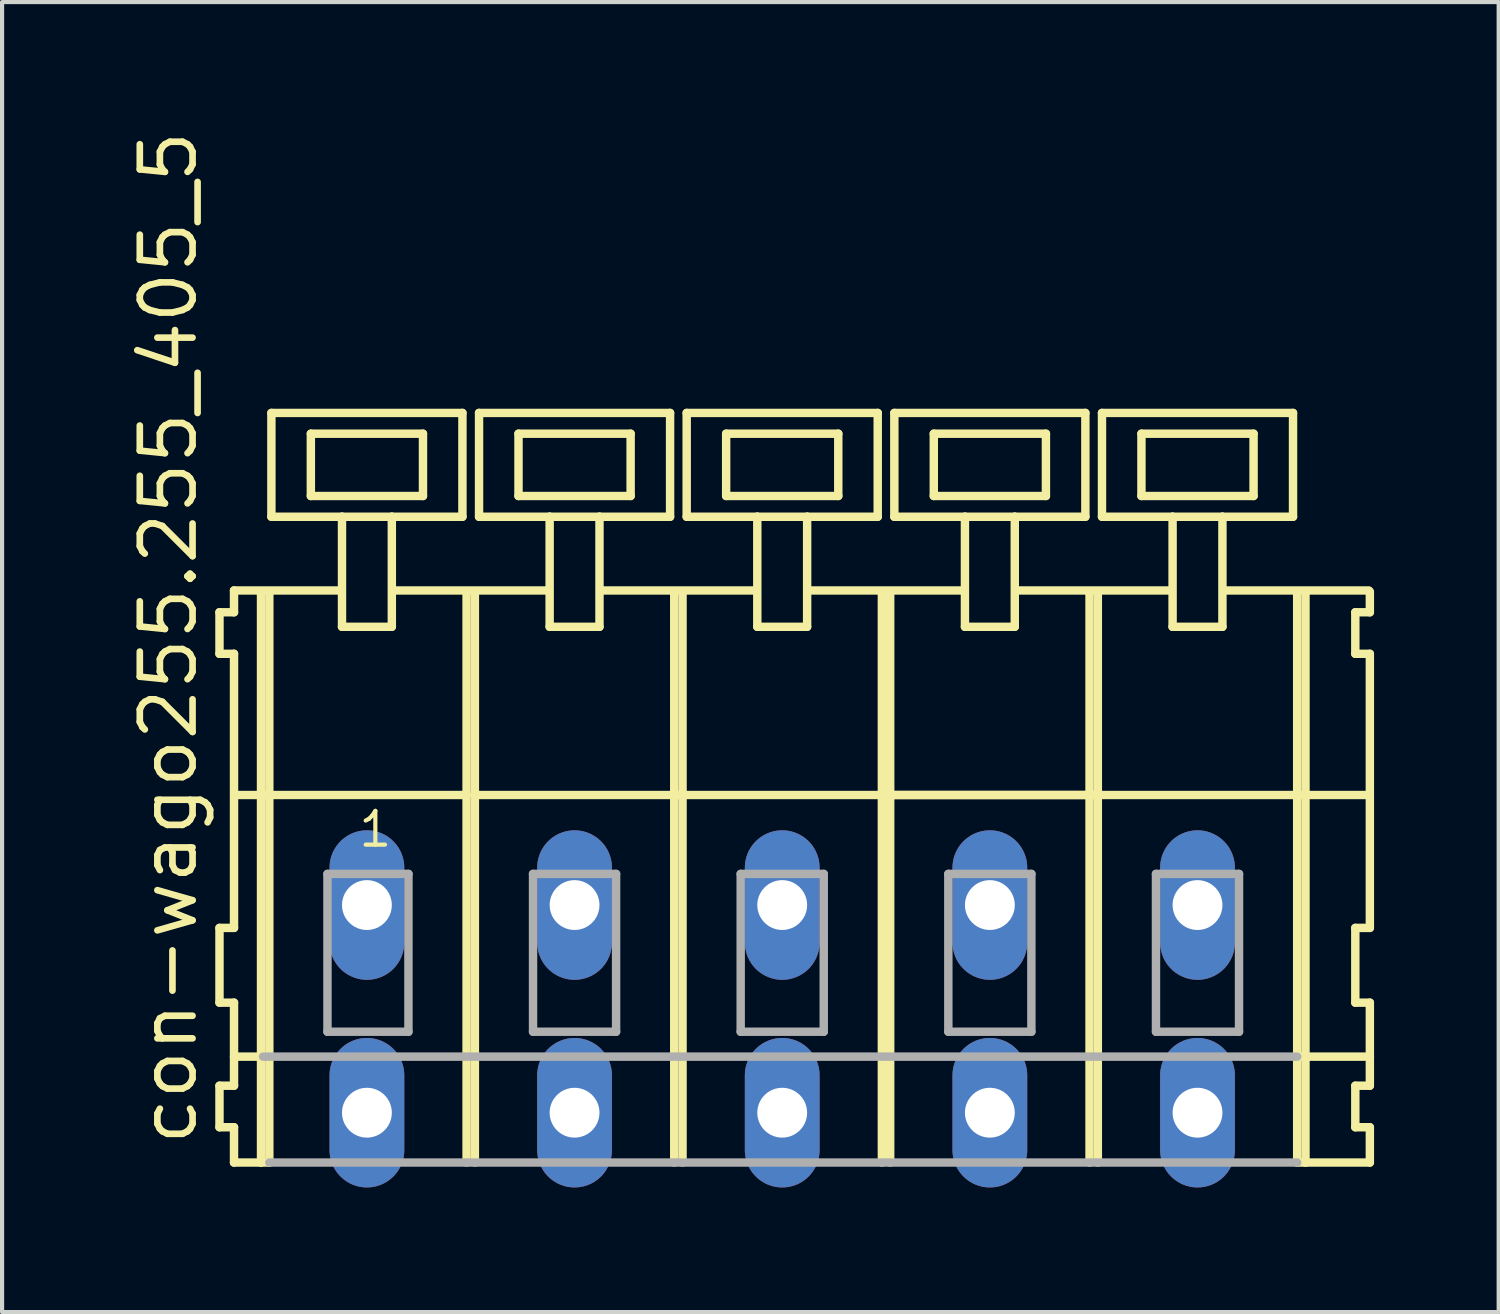
<source format=kicad_pcb>
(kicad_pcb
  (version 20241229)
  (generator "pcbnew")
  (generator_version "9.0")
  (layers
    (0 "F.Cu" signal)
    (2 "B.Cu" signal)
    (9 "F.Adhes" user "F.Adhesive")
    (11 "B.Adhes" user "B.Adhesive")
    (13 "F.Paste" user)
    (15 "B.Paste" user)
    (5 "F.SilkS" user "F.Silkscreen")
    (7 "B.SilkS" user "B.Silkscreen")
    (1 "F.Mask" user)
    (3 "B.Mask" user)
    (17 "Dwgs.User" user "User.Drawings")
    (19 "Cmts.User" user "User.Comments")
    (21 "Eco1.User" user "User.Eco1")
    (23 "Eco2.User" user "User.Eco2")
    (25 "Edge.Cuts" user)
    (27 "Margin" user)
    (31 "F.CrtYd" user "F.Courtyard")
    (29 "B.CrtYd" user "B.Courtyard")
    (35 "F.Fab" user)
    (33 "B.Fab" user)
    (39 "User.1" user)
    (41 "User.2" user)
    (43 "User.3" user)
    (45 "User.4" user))
  (footprint "con-wago255.255_405_5"
    (layer "F.Cu")
    (at 13.285 18.743)
    (property "Reference" "con-wago255.255_405_5" (at -11.535 5.855 90) (layer "F.SilkS") (effects (font (size 1.27 1.27) (thickness 0.16)) (justify left bottom)))
    (attr through_hole)
    (fp_line (start -11.05 -7.05) (end -11.05 -6.05) (stroke (width 0.203) (type default)) (layer "F.SilkS"))
    (fp_line (start -11.05 -6.05) (end -10.7 -6.05) (stroke (width 0.203) (type default)) (layer "F.SilkS"))
    (fp_line (start -11.05 0.55) (end -11.05 2.35) (stroke (width 0.203) (type default)) (layer "F.SilkS"))
    (fp_line (start -11.05 2.35) (end -10.7 2.35) (stroke (width 0.203) (type default)) (layer "F.SilkS"))
    (fp_line (start -11.05 4.35) (end -11.05 5.35) (stroke (width 0.203) (type default)) (layer "F.SilkS"))
    (fp_line (start -11.05 5.35) (end -10.7 5.35) (stroke (width 0.203) (type default)) (layer "F.SilkS"))
    (fp_line (start -10.7 -7.575) (end -10.7 -7.05) (stroke (width 0.203) (type default)) (layer "F.SilkS"))
    (fp_line (start -10.7 -7.575) (end -8.125 -7.575) (stroke (width 0.203) (type default)) (layer "F.SilkS"))
    (fp_line (start -10.7 -7.05) (end -11.05 -7.05) (stroke (width 0.203) (type default)) (layer "F.SilkS"))
    (fp_line (start -10.7 -6.05) (end -10.7 0.55) (stroke (width 0.203) (type default)) (layer "F.SilkS"))
    (fp_line (start -10.7 0.55) (end -11.05 0.55) (stroke (width 0.203) (type default)) (layer "F.SilkS"))
    (fp_line (start -10.7 2.35) (end -10.7 4.35) (stroke (width 0.203) (type default)) (layer "F.SilkS"))
    (fp_line (start -10.7 3.65) (end -10 3.65) (stroke (width 0.203) (type default)) (layer "F.SilkS"))
    (fp_line (start -10.7 4.35) (end -11.05 4.35) (stroke (width 0.203) (type default)) (layer "F.SilkS"))
    (fp_line (start -10.7 5.35) (end -10.7 6.2) (stroke (width 0.203) (type default)) (layer "F.SilkS"))
    (fp_line (start -10.7 6.2) (end -10.05 6.2) (stroke (width 0.203) (type default)) (layer "F.SilkS"))
    (fp_line (start -10.65 -2.65) (end -5.1 -2.65) (stroke (width 0.203) (type default)) (layer "F.SilkS"))
    (fp_line (start -10.05 -7.55) (end -10.05 6.2) (stroke (width 0.203) (type default)) (layer "F.SilkS"))
    (fp_line (start -10.05 6.2) (end -9.85 6.2) (stroke (width 0.203) (type default)) (layer "F.SilkS"))
    (fp_line (start -9.85 -7.55) (end -9.85 6.2) (stroke (width 0.203) (type default)) (layer "F.SilkS"))
    (fp_line (start -9.8 -11.85) (end -9.8 -9.35) (stroke (width 0.203) (type default)) (layer "F.SilkS"))
    (fp_line (start -9.8 -9.35) (end -8.1 -9.35) (stroke (width 0.203) (type default)) (layer "F.SilkS"))
    (fp_line (start -8.85 -11.35) (end -8.85 -9.85) (stroke (width 0.203) (type default)) (layer "F.SilkS"))
    (fp_line (start -8.85 -9.85) (end -6.15 -9.85) (stroke (width 0.203) (type default)) (layer "F.SilkS"))
    (fp_line (start -8.1 -9.35) (end -8.1 -6.7) (stroke (width 0.203) (type default)) (layer "F.SilkS"))
    (fp_line (start -8.1 -9.35) (end -6.9 -9.35) (stroke (width 0.203) (type default)) (layer "F.SilkS"))
    (fp_line (start -8.1 -6.7) (end -6.9 -6.7) (stroke (width 0.203) (type default)) (layer "F.SilkS"))
    (fp_line (start -6.9 -9.35) (end -5.2 -9.35) (stroke (width 0.203) (type default)) (layer "F.SilkS"))
    (fp_line (start -6.9 -6.7) (end -6.9 -9.35) (stroke (width 0.203) (type default)) (layer "F.SilkS"))
    (fp_line (start -6.825 -7.575) (end -3.125 -7.575) (stroke (width 0.203) (type default)) (layer "F.SilkS"))
    (fp_line (start -6.15 -11.35) (end -8.85 -11.35) (stroke (width 0.203) (type default)) (layer "F.SilkS"))
    (fp_line (start -6.15 -9.85) (end -6.15 -11.35) (stroke (width 0.203) (type default)) (layer "F.SilkS"))
    (fp_line (start -5.2 -11.85) (end -9.8 -11.85) (stroke (width 0.203) (type default)) (layer "F.SilkS"))
    (fp_line (start -5.2 -9.35) (end -5.2 -11.85) (stroke (width 0.203) (type default)) (layer "F.SilkS"))
    (fp_line (start -5.1 -7.55) (end -5.1 -2.65) (stroke (width 0.203) (type default)) (layer "F.SilkS"))
    (fp_line (start -5.1 -2.65) (end -5.1 6.2) (stroke (width 0.203) (type default)) (layer "F.SilkS"))
    (fp_line (start -4.9 -7.55) (end -4.9 -2.65) (stroke (width 0.203) (type default)) (layer "F.SilkS"))
    (fp_line (start -4.9 -2.65) (end -4.9 6.2) (stroke (width 0.203) (type default)) (layer "F.SilkS"))
    (fp_line (start -4.9 -2.65) (end -0.1 -2.65) (stroke (width 0.203) (type default)) (layer "F.SilkS"))
    (fp_line (start -4.8 -11.85) (end -4.8 -9.35) (stroke (width 0.203) (type default)) (layer "F.SilkS"))
    (fp_line (start -4.8 -9.35) (end -3.1 -9.35) (stroke (width 0.203) (type default)) (layer "F.SilkS"))
    (fp_line (start -3.85 -11.35) (end -3.85 -9.85) (stroke (width 0.203) (type default)) (layer "F.SilkS"))
    (fp_line (start -3.85 -9.85) (end -1.15 -9.85) (stroke (width 0.203) (type default)) (layer "F.SilkS"))
    (fp_line (start -3.1 -9.35) (end -3.1 -6.7) (stroke (width 0.203) (type default)) (layer "F.SilkS"))
    (fp_line (start -3.1 -9.35) (end -1.9 -9.35) (stroke (width 0.203) (type default)) (layer "F.SilkS"))
    (fp_line (start -3.1 -6.7) (end -1.9 -6.7) (stroke (width 0.203) (type default)) (layer "F.SilkS"))
    (fp_line (start -1.9 -9.35) (end -0.2 -9.35) (stroke (width 0.203) (type default)) (layer "F.SilkS"))
    (fp_line (start -1.9 -6.7) (end -1.9 -9.35) (stroke (width 0.203) (type default)) (layer "F.SilkS"))
    (fp_line (start -1.875 -7.575) (end 1.875 -7.575) (stroke (width 0.203) (type default)) (layer "F.SilkS"))
    (fp_line (start -1.15 -11.35) (end -3.85 -11.35) (stroke (width 0.203) (type default)) (layer "F.SilkS"))
    (fp_line (start -1.15 -9.85) (end -1.15 -11.35) (stroke (width 0.203) (type default)) (layer "F.SilkS"))
    (fp_line (start -0.2 -11.85) (end -4.8 -11.85) (stroke (width 0.203) (type default)) (layer "F.SilkS"))
    (fp_line (start -0.2 -9.35) (end -0.2 -11.85) (stroke (width 0.203) (type default)) (layer "F.SilkS"))
    (fp_line (start -0.1 -7.55) (end -0.1 -2.65) (stroke (width 0.203) (type default)) (layer "F.SilkS"))
    (fp_line (start -0.1 -2.65) (end -0.1 6.2) (stroke (width 0.203) (type default)) (layer "F.SilkS"))
    (fp_line (start -0.1 -2.65) (end 0.1 -2.65) (stroke (width 0.203) (type default)) (layer "F.SilkS"))
    (fp_line (start 0.1 -7.55) (end 0.1 -2.65) (stroke (width 0.203) (type default)) (layer "F.SilkS"))
    (fp_line (start 0.1 -2.65) (end 0.1 6.2) (stroke (width 0.203) (type default)) (layer "F.SilkS"))
    (fp_line (start 0.1 -2.65) (end 4.9 -2.65) (stroke (width 0.203) (type default)) (layer "F.SilkS"))
    (fp_line (start 0.2 -11.85) (end 0.2 -9.35) (stroke (width 0.203) (type default)) (layer "F.SilkS"))
    (fp_line (start 0.2 -9.35) (end 1.9 -9.35) (stroke (width 0.203) (type default)) (layer "F.SilkS"))
    (fp_line (start 1.15 -11.35) (end 1.15 -9.85) (stroke (width 0.203) (type default)) (layer "F.SilkS"))
    (fp_line (start 1.15 -9.85) (end 3.85 -9.85) (stroke (width 0.203) (type default)) (layer "F.SilkS"))
    (fp_line (start 1.9 -9.35) (end 1.9 -6.7) (stroke (width 0.203) (type default)) (layer "F.SilkS"))
    (fp_line (start 1.9 -9.35) (end 3.1 -9.35) (stroke (width 0.203) (type default)) (layer "F.SilkS"))
    (fp_line (start 1.9 -6.7) (end 3.1 -6.7) (stroke (width 0.203) (type default)) (layer "F.SilkS"))
    (fp_line (start 3.1 -9.35) (end 4.8 -9.35) (stroke (width 0.203) (type default)) (layer "F.SilkS"))
    (fp_line (start 3.1 -6.7) (end 3.1 -9.35) (stroke (width 0.203) (type default)) (layer "F.SilkS"))
    (fp_line (start 3.125 -7.575) (end 6.875 -7.575) (stroke (width 0.203) (type default)) (layer "F.SilkS"))
    (fp_line (start 3.85 -11.35) (end 1.15 -11.35) (stroke (width 0.203) (type default)) (layer "F.SilkS"))
    (fp_line (start 3.85 -9.85) (end 3.85 -11.35) (stroke (width 0.203) (type default)) (layer "F.SilkS"))
    (fp_line (start 4.8 -11.85) (end 0.2 -11.85) (stroke (width 0.203) (type default)) (layer "F.SilkS"))
    (fp_line (start 4.8 -9.35) (end 4.8 -11.85) (stroke (width 0.203) (type default)) (layer "F.SilkS"))
    (fp_line (start 4.9 -7.55) (end 4.9 -2.65) (stroke (width 0.203) (type default)) (layer "F.SilkS"))
    (fp_line (start 4.9 -2.65) (end 4.9 6.2) (stroke (width 0.203) (type default)) (layer "F.SilkS"))
    (fp_line (start 4.9 -2.65) (end 5.1 -2.65) (stroke (width 0.203) (type default)) (layer "F.SilkS"))
    (fp_line (start 4.9 -2.65) (end 14.9 -2.65) (stroke (width 0.203) (type default)) (layer "F.SilkS"))
    (fp_line (start 5.1 -7.55) (end 5.1 -2.65) (stroke (width 0.203) (type default)) (layer "F.SilkS"))
    (fp_line (start 5.1 -2.65) (end 5.1 6.2) (stroke (width 0.203) (type default)) (layer "F.SilkS"))
    (fp_line (start 5.1 -2.65) (end 9.9 -2.65) (stroke (width 0.203) (type default)) (layer "F.SilkS"))
    (fp_line (start 5.2 -11.85) (end 5.2 -9.35) (stroke (width 0.203) (type default)) (layer "F.SilkS"))
    (fp_line (start 5.2 -9.35) (end 6.9 -9.35) (stroke (width 0.203) (type default)) (layer "F.SilkS"))
    (fp_line (start 6.15 -11.35) (end 6.15 -9.85) (stroke (width 0.203) (type default)) (layer "F.SilkS"))
    (fp_line (start 6.15 -9.85) (end 8.85 -9.85) (stroke (width 0.203) (type default)) (layer "F.SilkS"))
    (fp_line (start 6.9 -9.35) (end 6.9 -6.7) (stroke (width 0.203) (type default)) (layer "F.SilkS"))
    (fp_line (start 6.9 -9.35) (end 8.1 -9.35) (stroke (width 0.203) (type default)) (layer "F.SilkS"))
    (fp_line (start 6.9 -6.7) (end 8.1 -6.7) (stroke (width 0.203) (type default)) (layer "F.SilkS"))
    (fp_line (start 8.1 -9.35) (end 9.8 -9.35) (stroke (width 0.203) (type default)) (layer "F.SilkS"))
    (fp_line (start 8.1 -6.7) (end 8.1 -9.35) (stroke (width 0.203) (type default)) (layer "F.SilkS"))
    (fp_line (start 8.125 -7.575) (end 11.875 -7.575) (stroke (width 0.203) (type default)) (layer "F.SilkS"))
    (fp_line (start 8.85 -11.35) (end 6.15 -11.35) (stroke (width 0.203) (type default)) (layer "F.SilkS"))
    (fp_line (start 8.85 -9.85) (end 8.85 -11.35) (stroke (width 0.203) (type default)) (layer "F.SilkS"))
    (fp_line (start 9.8 -11.85) (end 5.2 -11.85) (stroke (width 0.203) (type default)) (layer "F.SilkS"))
    (fp_line (start 9.8 -9.35) (end 9.8 -11.85) (stroke (width 0.203) (type default)) (layer "F.SilkS"))
    (fp_line (start 9.9 -7.55) (end 9.9 -2.65) (stroke (width 0.203) (type default)) (layer "F.SilkS"))
    (fp_line (start 9.9 -2.65) (end 9.9 6.2) (stroke (width 0.203) (type default)) (layer "F.SilkS"))
    (fp_line (start 9.9 -2.65) (end 10.1 -2.65) (stroke (width 0.203) (type default)) (layer "F.SilkS"))
    (fp_line (start 10.1 -7.55) (end 10.1 -2.65) (stroke (width 0.203) (type default)) (layer "F.SilkS"))
    (fp_line (start 10.1 -2.65) (end 10.1 6.2) (stroke (width 0.203) (type default)) (layer "F.SilkS"))
    (fp_line (start 10.2 -11.85) (end 10.2 -9.35) (stroke (width 0.203) (type default)) (layer "F.SilkS"))
    (fp_line (start 10.2 -9.35) (end 11.9 -9.35) (stroke (width 0.203) (type default)) (layer "F.SilkS"))
    (fp_line (start 11.15 -11.35) (end 11.15 -9.85) (stroke (width 0.203) (type default)) (layer "F.SilkS"))
    (fp_line (start 11.15 -9.85) (end 13.85 -9.85) (stroke (width 0.203) (type default)) (layer "F.SilkS"))
    (fp_line (start 11.9 -9.35) (end 11.9 -6.7) (stroke (width 0.203) (type default)) (layer "F.SilkS"))
    (fp_line (start 11.9 -9.35) (end 13.1 -9.35) (stroke (width 0.203) (type default)) (layer "F.SilkS"))
    (fp_line (start 11.9 -6.7) (end 13.1 -6.7) (stroke (width 0.203) (type default)) (layer "F.SilkS"))
    (fp_line (start 13.1 -9.35) (end 14.8 -9.35) (stroke (width 0.203) (type default)) (layer "F.SilkS"))
    (fp_line (start 13.1 -6.7) (end 13.1 -9.35) (stroke (width 0.203) (type default)) (layer "F.SilkS"))
    (fp_line (start 13.125 -7.575) (end 16.625 -7.575) (stroke (width 0.203) (type default)) (layer "F.SilkS"))
    (fp_line (start 13.85 -11.35) (end 11.15 -11.35) (stroke (width 0.203) (type default)) (layer "F.SilkS"))
    (fp_line (start 13.85 -9.85) (end 13.85 -11.35) (stroke (width 0.203) (type default)) (layer "F.SilkS"))
    (fp_line (start 14.8 -11.85) (end 10.2 -11.85) (stroke (width 0.203) (type default)) (layer "F.SilkS"))
    (fp_line (start 14.8 -9.35) (end 14.8 -11.85) (stroke (width 0.203) (type default)) (layer "F.SilkS"))
    (fp_line (start 14.9 -7.55) (end 14.9 -2.65) (stroke (width 0.203) (type default)) (layer "F.SilkS"))
    (fp_line (start 14.9 -2.65) (end 14.9 6.2) (stroke (width 0.203) (type default)) (layer "F.SilkS"))
    (fp_line (start 14.9 -2.65) (end 15.1 -2.65) (stroke (width 0.203) (type default)) (layer "F.SilkS"))
    (fp_line (start 14.9 6.2) (end 15.1 6.2) (stroke (width 0.203) (type default)) (layer "F.SilkS"))
    (fp_line (start 14.95 3.65) (end 16.65 3.65) (stroke (width 0.203) (type default)) (layer "F.SilkS"))
    (fp_line (start 15.1 -7.55) (end 15.1 -2.65) (stroke (width 0.203) (type default)) (layer "F.SilkS"))
    (fp_line (start 15.1 -2.65) (end 15.1 6.2) (stroke (width 0.203) (type default)) (layer "F.SilkS"))
    (fp_line (start 15.1 -2.65) (end 16.6 -2.65) (stroke (width 0.203) (type default)) (layer "F.SilkS"))
    (fp_line (start 15.1 6.2) (end 16.65 6.2) (stroke (width 0.203) (type default)) (layer "F.SilkS"))
    (fp_line (start 16.3 -7.05) (end 16.3 -6.05) (stroke (width 0.203) (type default)) (layer "F.SilkS"))
    (fp_line (start 16.3 -6.05) (end 16.65 -6.05) (stroke (width 0.203) (type default)) (layer "F.SilkS"))
    (fp_line (start 16.3 0.55) (end 16.3 2.35) (stroke (width 0.203) (type default)) (layer "F.SilkS"))
    (fp_line (start 16.3 2.35) (end 16.65 2.35) (stroke (width 0.203) (type default)) (layer "F.SilkS"))
    (fp_line (start 16.3 4.35) (end 16.3 5.35) (stroke (width 0.203) (type default)) (layer "F.SilkS"))
    (fp_line (start 16.3 5.35) (end 16.65 5.35) (stroke (width 0.203) (type default)) (layer "F.SilkS"))
    (fp_line (start 16.65 -7.05) (end 16.3 -7.05) (stroke (width 0.203) (type default)) (layer "F.SilkS"))
    (fp_line (start 16.65 -7.05) (end 16.65 -7.55) (stroke (width 0.203) (type default)) (layer "F.SilkS"))
    (fp_line (start 16.65 0.55) (end 16.3 0.55) (stroke (width 0.203) (type default)) (layer "F.SilkS"))
    (fp_line (start 16.65 0.55) (end 16.65 -6.05) (stroke (width 0.203) (type default)) (layer "F.SilkS"))
    (fp_line (start 16.65 3.65) (end 16.65 2.35) (stroke (width 0.203) (type default)) (layer "F.SilkS"))
    (fp_line (start 16.65 4.35) (end 16.3 4.35) (stroke (width 0.203) (type default)) (layer "F.SilkS"))
    (fp_line (start 16.65 4.35) (end 16.65 3.65) (stroke (width 0.203) (type default)) (layer "F.SilkS"))
    (fp_line (start 16.65 6.2) (end 16.65 5.35) (stroke (width 0.203) (type default)) (layer "F.SilkS"))
    (fp_line (start -10 3.65) (end 14.9 3.65) (stroke (width 0.203) (type default)) (layer "F.Fab"))
    (fp_line (start -9.85 6.2) (end 14.9 6.2) (stroke (width 0.203) (type default)) (layer "F.Fab"))
    (fp_line (start -8.45 -0.75) (end -8.45 3.05) (stroke (width 0.203) (type default)) (layer "F.Fab"))
    (fp_line (start -8.45 3.05) (end -6.5 3.05) (stroke (width 0.203) (type default)) (layer "F.Fab"))
    (fp_line (start -6.5 -0.75) (end -8.45 -0.75) (stroke (width 0.203) (type default)) (layer "F.Fab"))
    (fp_line (start -6.5 3.05) (end -6.5 -0.75) (stroke (width 0.203) (type default)) (layer "F.Fab"))
    (fp_line (start -3.5 -0.75) (end -3.5 3.05) (stroke (width 0.203) (type default)) (layer "F.Fab"))
    (fp_line (start -3.5 3.05) (end -1.5 3.05) (stroke (width 0.203) (type default)) (layer "F.Fab"))
    (fp_line (start -1.5 -0.75) (end -3.5 -0.75) (stroke (width 0.203) (type default)) (layer "F.Fab"))
    (fp_line (start -1.5 3.05) (end -1.5 -0.75) (stroke (width 0.203) (type default)) (layer "F.Fab"))
    (fp_line (start 1.5 -0.75) (end 1.5 3.05) (stroke (width 0.203) (type default)) (layer "F.Fab"))
    (fp_line (start 1.5 3.05) (end 3.5 3.05) (stroke (width 0.203) (type default)) (layer "F.Fab"))
    (fp_line (start 3.5 -0.75) (end 1.5 -0.75) (stroke (width 0.203) (type default)) (layer "F.Fab"))
    (fp_line (start 3.5 3.05) (end 3.5 -0.75) (stroke (width 0.203) (type default)) (layer "F.Fab"))
    (fp_line (start 6.5 -0.75) (end 6.5 3.05) (stroke (width 0.203) (type default)) (layer "F.Fab"))
    (fp_line (start 6.5 3.05) (end 8.5 3.05) (stroke (width 0.203) (type default)) (layer "F.Fab"))
    (fp_line (start 8.5 -0.75) (end 6.5 -0.75) (stroke (width 0.203) (type default)) (layer "F.Fab"))
    (fp_line (start 8.5 3.05) (end 8.5 -0.75) (stroke (width 0.203) (type default)) (layer "F.Fab"))
    (fp_line (start 11.5 -0.75) (end 11.5 3.05) (stroke (width 0.203) (type default)) (layer "F.Fab"))
    (fp_line (start 11.5 3.05) (end 13.5 3.05) (stroke (width 0.203) (type default)) (layer "F.Fab"))
    (fp_line (start 13.5 -0.75) (end 11.5 -0.75) (stroke (width 0.203) (type default)) (layer "F.Fab"))
    (fp_line (start 13.5 3.05) (end 13.5 -0.75) (stroke (width 0.203) (type default)) (layer "F.Fab"))
    (fp_text user "1" (at -7.75 -1.35 0) (layer "F.SilkS") (effects (font (size 0.813 0.813) (thickness 0.1)) (justify left bottom)))
    (pad "A1" thru_hole oval (at -7.5 0 90) (size 3.6 1.8) (drill 1.2) (layers "*.Cu" "*.Mask"))
    (pad "A2" thru_hole oval (at -2.5 0 90) (size 3.6 1.8) (drill 1.2) (layers "*.Cu" "*.Mask"))
    (pad "A3" thru_hole oval (at 2.5 0 90) (size 3.6 1.8) (drill 1.2) (layers "*.Cu" "*.Mask"))
    (pad "A4" thru_hole oval (at 7.5 0 90) (size 3.6 1.8) (drill 1.2) (layers "*.Cu" "*.Mask"))
    (pad "A5" thru_hole oval (at 12.5 0 90) (size 3.6 1.8) (drill 1.2) (layers "*.Cu" "*.Mask"))
    (pad "B1" thru_hole oval (at -7.5 5 90) (size 3.6 1.8) (drill 1.2) (layers "*.Cu" "*.Mask"))
    (pad "B2" thru_hole oval (at -2.5 5 90) (size 3.6 1.8) (drill 1.2) (layers "*.Cu" "*.Mask"))
    (pad "B3" thru_hole oval (at 2.5 5 90) (size 3.6 1.8) (drill 1.2) (layers "*.Cu" "*.Mask"))
    (pad "B4" thru_hole oval (at 7.5 5 90) (size 3.6 1.8) (drill 1.2) (layers "*.Cu" "*.Mask"))
    (pad "B5" thru_hole oval (at 12.5 5 90) (size 3.6 1.8) (drill 1.2) (layers "*.Cu" "*.Mask")))
  (gr_rect
    (start -3 -3)
    (end 33.037 28.543)
    (stroke (width 0.1) (type default))
    (fill no)
    (layer "Edge.Cuts")))
</source>
